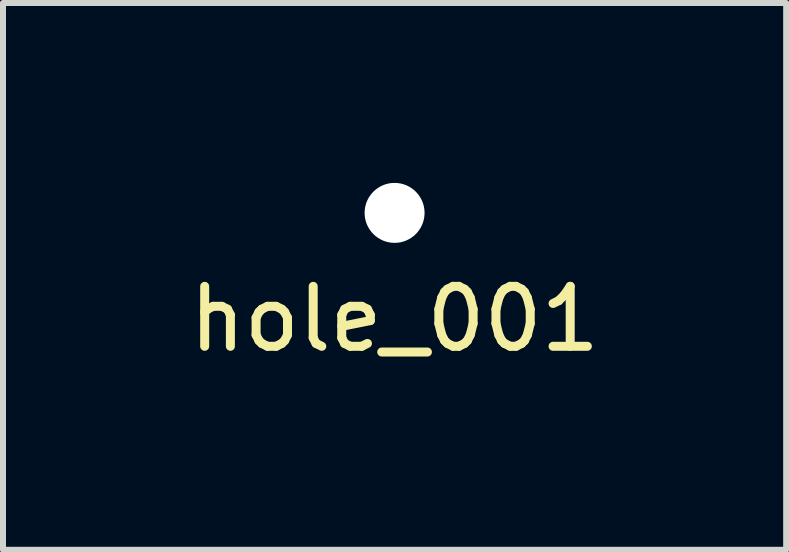
<source format=kicad_pcb>
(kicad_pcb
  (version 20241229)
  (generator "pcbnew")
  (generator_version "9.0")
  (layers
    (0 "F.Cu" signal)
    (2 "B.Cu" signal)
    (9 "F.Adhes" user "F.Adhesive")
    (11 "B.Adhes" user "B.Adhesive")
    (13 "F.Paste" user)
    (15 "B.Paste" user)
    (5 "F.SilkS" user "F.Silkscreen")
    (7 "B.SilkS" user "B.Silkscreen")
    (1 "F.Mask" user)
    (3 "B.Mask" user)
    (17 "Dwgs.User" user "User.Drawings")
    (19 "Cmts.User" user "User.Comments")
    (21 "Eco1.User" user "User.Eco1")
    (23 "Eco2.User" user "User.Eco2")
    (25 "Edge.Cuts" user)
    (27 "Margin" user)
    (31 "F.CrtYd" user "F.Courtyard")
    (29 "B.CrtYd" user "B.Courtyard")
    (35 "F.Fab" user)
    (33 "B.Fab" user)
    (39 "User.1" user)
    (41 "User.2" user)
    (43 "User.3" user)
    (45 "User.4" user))
  (footprint "hole_001"
    (layer "F.Cu")
    (at 3.53 1.77)
    (property "Reference" "hole_001" (at 0 0.5 0) (layer "F.SilkS") (effects (font (size 1 1) (thickness 0.15))))
    (attr through_hole)
    (pad "" np_thru_hole circle (at 0 -1.27) (size 1 1) (drill 1) (layers "*.Cu" "*.Mask")))
  (gr_rect
    (start -3 -3)
    (end 10.06 6.118)
    (stroke (width 0.1) (type default))
    (fill no)
    (layer "Edge.Cuts")))
</source>
